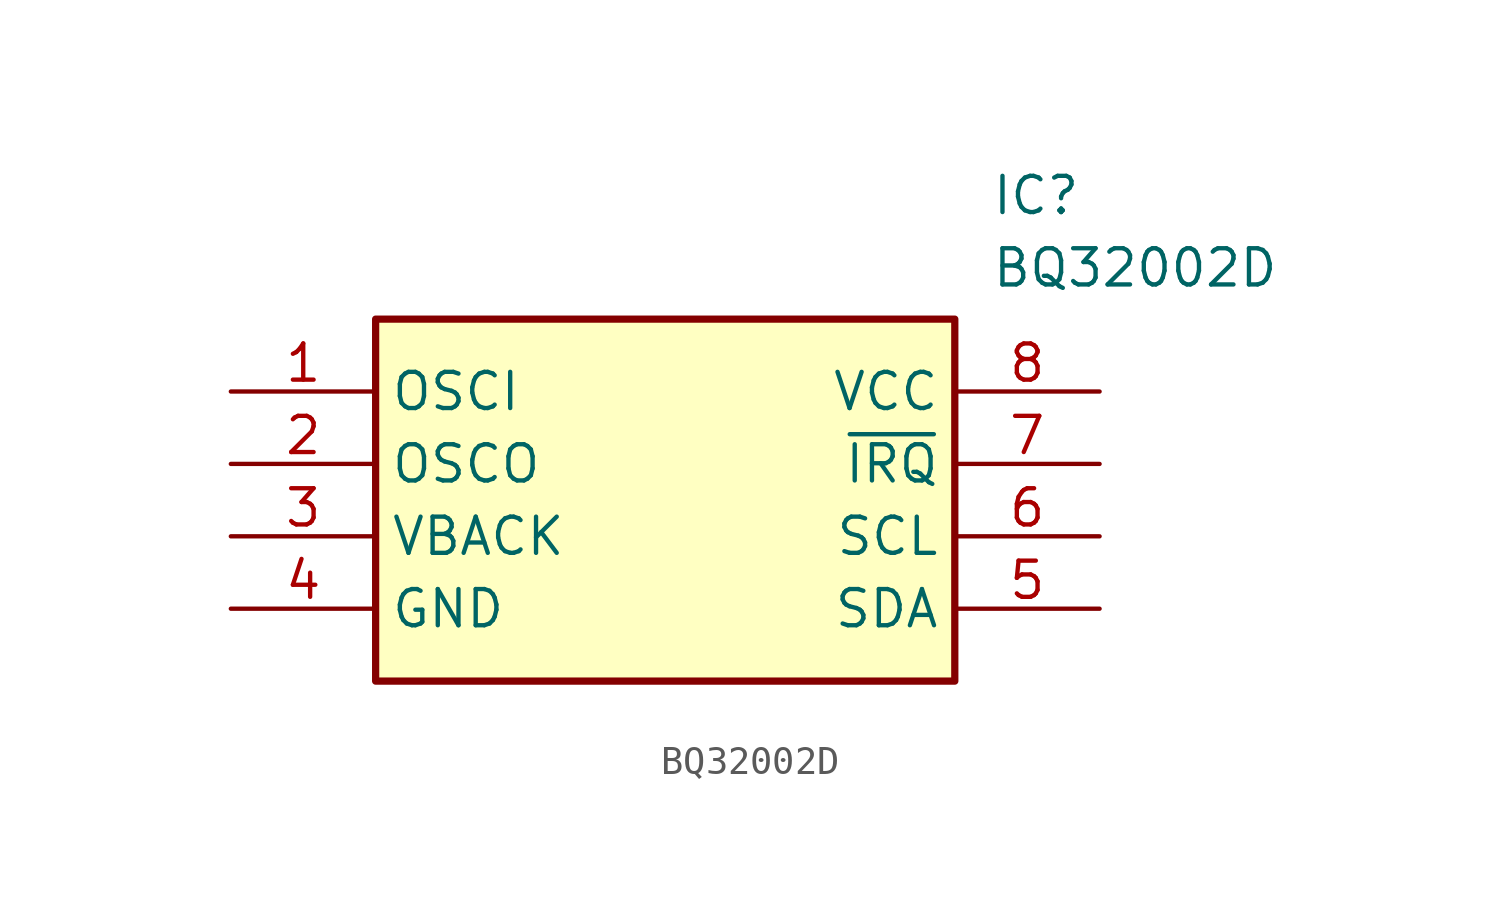
<source format=kicad_sym>
(kicad_symbol_lib
  (version 20211014)
  (generator SamacSys_ECAD_Model)
  (symbol "BQ32002D"
    (property "Reference" "IC"
      (at 26.67 7.62 0)
      (effects (font (size 1.27 1.27)) (justify left top)))
    (property "Value" "BQ32002D"
      (at 26.67 5.08 0)
      (effects (font (size 1.27 1.27)) (justify left top)))
    (rectangle
      (start 5.08 2.54)
      (end 25.4 -10.16)
      (stroke (width 0.254) (type default))
      (fill (type background)))
    (pin passive line
      (at 0 0 0)
      (length 5.08)
      (name "OSCI" (effects (font (size 1.27 1.27))))
      (number "1" (effects (font (size 1.27 1.27)))))
    (pin passive line
      (at 0 -2.54 0)
      (length 5.08)
      (name "OSCO" (effects (font (size 1.27 1.27))))
      (number "2" (effects (font (size 1.27 1.27)))))
    (pin passive line
      (at 0 -5.08 0)
      (length 5.08)
      (name "VBACK" (effects (font (size 1.27 1.27))))
      (number "3" (effects (font (size 1.27 1.27)))))
    (pin passive line
      (at 0 -7.62 0)
      (length 5.08)
      (name "GND" (effects (font (size 1.27 1.27))))
      (number "4" (effects (font (size 1.27 1.27)))))
    (pin passive line
      (at 30.48 0 180)
      (length 5.08)
      (name "VCC" (effects (font (size 1.27 1.27))))
      (number "8" (effects (font (size 1.27 1.27)))))
    (pin passive line
      (at 30.48 -2.54 180)
      (length 5.08)
      (name "~{IRQ}" (effects (font (size 1.27 1.27))))
      (number "7" (effects (font (size 1.27 1.27)))))
    (pin passive line
      (at 30.48 -5.08 180)
      (length 5.08)
      (name "SCL" (effects (font (size 1.27 1.27))))
      (number "6" (effects (font (size 1.27 1.27)))))
    (pin passive line
      (at 30.48 -7.62 180)
      (length 5.08)
      (name "SDA" (effects (font (size 1.27 1.27))))
      (number "5" (effects (font (size 1.27 1.27)))))))
</source>
